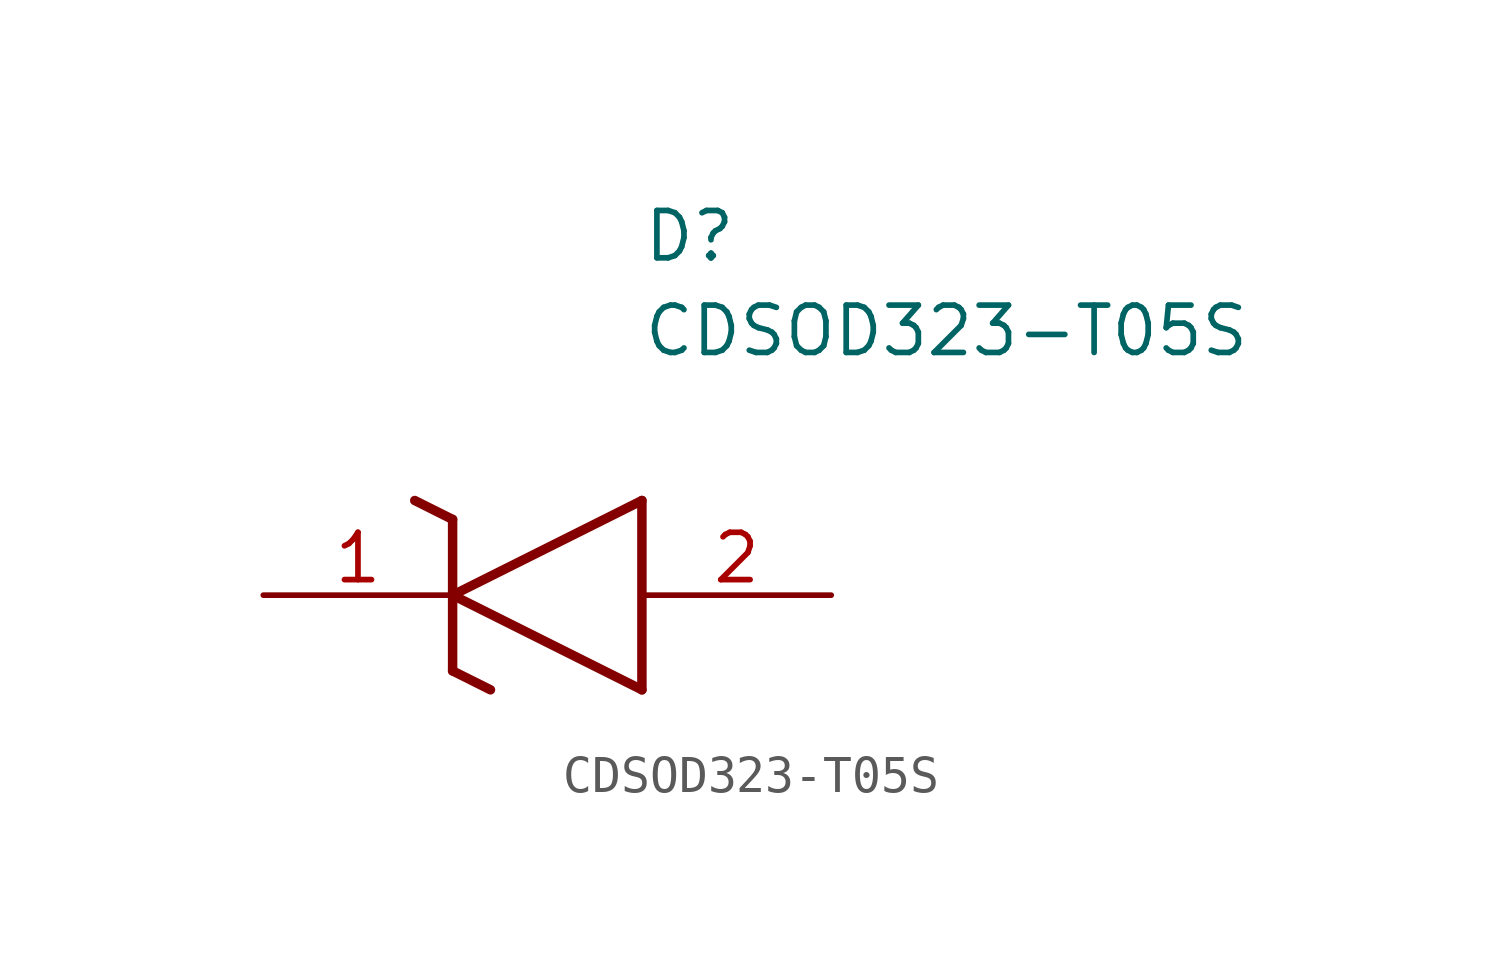
<source format=kicad_sym>
(kicad_symbol_lib
  (version 20211014)
  (generator SamacSys_ECAD_Model)
  (symbol "CDSOD323-T05S"
    (pin_names hide)
    (property "Reference" "D"
      (at 10.16 8.89 0)
      (effects (font (size 1.27 1.27)) (justify left bottom)))
    (property "Value" "CDSOD323-T05S"
      (at 10.16 6.35 0)
      (effects (font (size 1.27 1.27)) (justify left bottom)))
    (polyline
      (pts (xy 5.08 0) (xy 10.16 2.54))
      (stroke (width 0.254) (type default))
      (fill (type none)))
    (polyline
      (pts (xy 10.16 -2.54) (xy 10.16 2.54))
      (stroke (width 0.254) (type default))
      (fill (type none)))
    (polyline
      (pts (xy 10.16 -2.54) (xy 5.08 0))
      (stroke (width 0.254) (type default))
      (fill (type none)))
    (polyline
      (pts (xy 5.08 -2.032) (xy 6.096 -2.54))
      (stroke (width 0.254) (type default))
      (fill (type none)))
    (polyline
      (pts (xy 5.08 -2.032) (xy 5.08 2.032))
      (stroke (width 0.254) (type default))
      (fill (type none)))
    (polyline
      (pts (xy 4.064 2.54) (xy 5.08 2.032))
      (stroke (width 0.254) (type default))
      (fill (type none)))
    (pin passive line
      (at 0 0 0)
      (length 5.08)
      (name "K" (effects (font (size 1.27 1.27))))
      (number "1" (effects (font (size 1.27 1.27)))))
    (pin passive line
      (at 15.24 0 180)
      (length 5.08)
      (name "A" (effects (font (size 1.27 1.27))))
      (number "2" (effects (font (size 1.27 1.27)))))))
</source>
